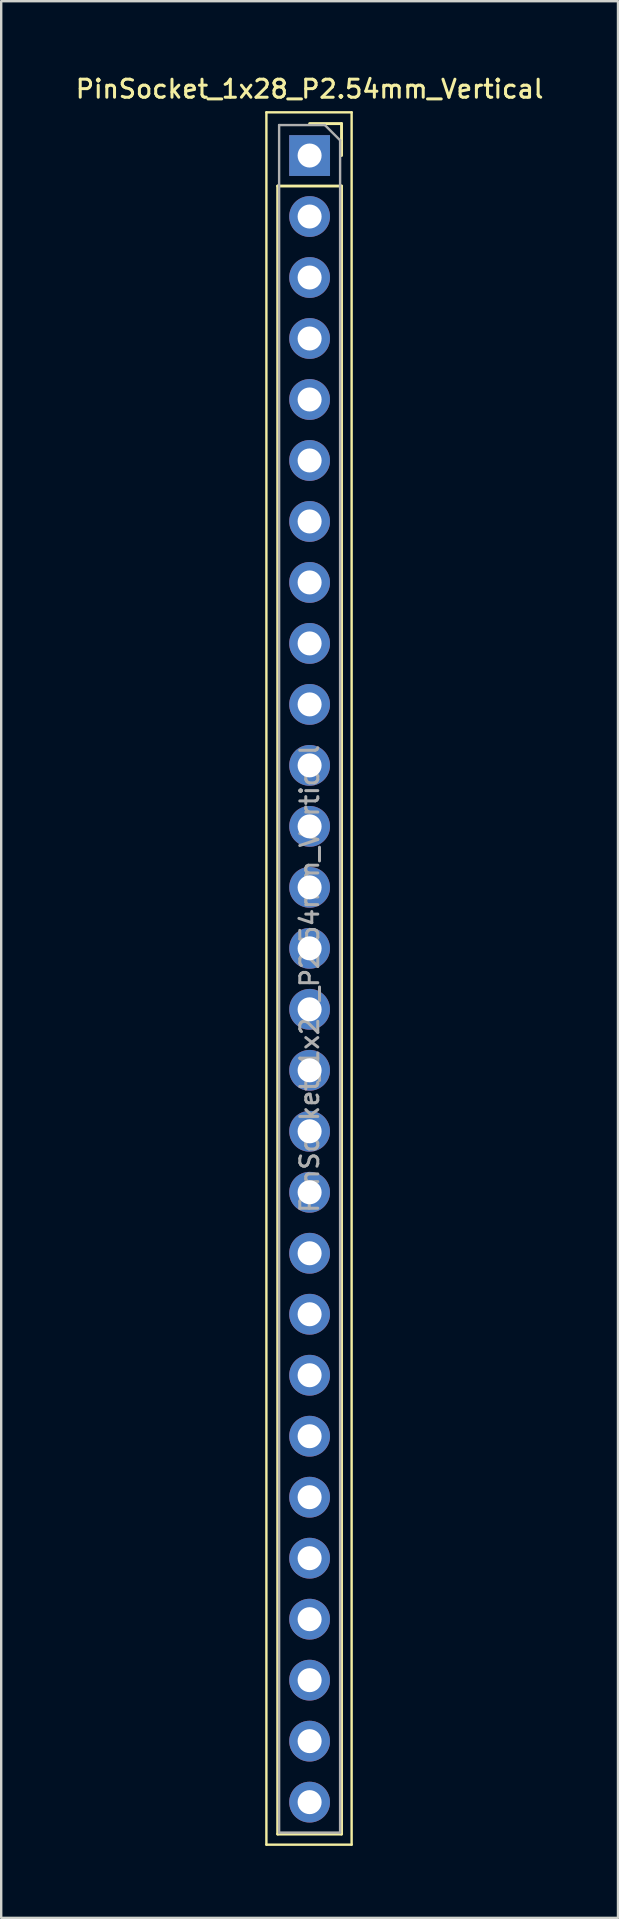
<source format=kicad_pcb>
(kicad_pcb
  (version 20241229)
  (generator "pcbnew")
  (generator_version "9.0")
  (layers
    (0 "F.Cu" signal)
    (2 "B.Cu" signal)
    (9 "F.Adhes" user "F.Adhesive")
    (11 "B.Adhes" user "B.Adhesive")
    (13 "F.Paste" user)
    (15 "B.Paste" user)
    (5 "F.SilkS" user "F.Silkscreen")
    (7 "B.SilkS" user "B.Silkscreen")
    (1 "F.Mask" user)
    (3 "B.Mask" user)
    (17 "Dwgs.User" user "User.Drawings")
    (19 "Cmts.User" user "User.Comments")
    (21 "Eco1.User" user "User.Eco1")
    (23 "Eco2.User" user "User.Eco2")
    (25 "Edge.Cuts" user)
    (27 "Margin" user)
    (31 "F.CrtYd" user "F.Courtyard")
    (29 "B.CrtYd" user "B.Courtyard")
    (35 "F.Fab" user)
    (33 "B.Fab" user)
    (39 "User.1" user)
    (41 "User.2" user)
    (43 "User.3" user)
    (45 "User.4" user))
  (footprint "PinSocket_1x28_P2.54mm_Vertical"
    (layer "F.Cu")
    (at 9.845 3.428)
    (property "Reference" "PinSocket_1x28_P2.54mm_Vertical" (at 0 -2.77 0) (layer "F.SilkS") (effects (font (size 0.75 0.75) (thickness 0.125))))
    (attr through_hole)
    (fp_line (start -1.8 -1.8) (end 1.75 -1.8) (stroke (width 0.1) (type solid)) (layer "F.SilkS"))
    (fp_line (start -1.8 70.35) (end -1.8 -1.8) (stroke (width 0.1) (type solid)) (layer "F.SilkS"))
    (fp_line (start -1.33 1.27) (end -1.33 69.91) (stroke (width 0.12) (type solid)) (layer "F.SilkS"))
    (fp_line (start -1.33 1.27) (end 1.33 1.27) (stroke (width 0.12) (type solid)) (layer "F.SilkS"))
    (fp_line (start -1.33 69.91) (end 1.33 69.91) (stroke (width 0.12) (type solid)) (layer "F.SilkS"))
    (fp_line (start 0 -1.33) (end 1.33 -1.33) (stroke (width 0.12) (type solid)) (layer "F.SilkS"))
    (fp_line (start 1.33 -1.33) (end 1.33 0) (stroke (width 0.12) (type solid)) (layer "F.SilkS"))
    (fp_line (start 1.33 1.27) (end 1.33 69.91) (stroke (width 0.12) (type solid)) (layer "F.SilkS"))
    (fp_line (start 1.75 -1.8) (end 1.75 70.35) (stroke (width 0.1) (type solid)) (layer "F.SilkS"))
    (fp_line (start 1.75 70.35) (end -1.8 70.35) (stroke (width 0.1) (type solid)) (layer "F.SilkS"))
    (fp_line (start -1.27 -1.27) (end 0.635 -1.27) (stroke (width 0.1) (type solid)) (layer "F.Fab"))
    (fp_line (start -1.27 69.85) (end -1.27 -1.27) (stroke (width 0.1) (type solid)) (layer "F.Fab"))
    (fp_line (start 0.635 -1.27) (end 1.27 -0.635) (stroke (width 0.1) (type solid)) (layer "F.Fab"))
    (fp_line (start 1.27 -0.635) (end 1.27 69.85) (stroke (width 0.1) (type solid)) (layer "F.Fab"))
    (fp_line (start 1.27 69.85) (end -1.27 69.85) (stroke (width 0.1) (type solid)) (layer "F.Fab"))
    (fp_text user "${REFERENCE}" (at 0 34.29 90) (layer "F.Fab") (effects (font (size 0.75 0.75) (thickness 0.125))))
    (pad "1" thru_hole rect (at 0 0) (size 1.7 1.7) (drill 1) (layers "*.Cu" "*.Mask"))
    (pad "2" thru_hole oval (at 0 2.54) (size 1.7 1.7) (drill 1) (layers "*.Cu" "*.Mask"))
    (pad "3" thru_hole oval (at 0 5.08) (size 1.7 1.7) (drill 1) (layers "*.Cu" "*.Mask"))
    (pad "4" thru_hole oval (at 0 7.62) (size 1.7 1.7) (drill 1) (layers "*.Cu" "*.Mask"))
    (pad "5" thru_hole oval (at 0 10.16) (size 1.7 1.7) (drill 1) (layers "*.Cu" "*.Mask"))
    (pad "6" thru_hole oval (at 0 12.7) (size 1.7 1.7) (drill 1) (layers "*.Cu" "*.Mask"))
    (pad "7" thru_hole oval (at 0 15.24) (size 1.7 1.7) (drill 1) (layers "*.Cu" "*.Mask"))
    (pad "8" thru_hole oval (at 0 17.78) (size 1.7 1.7) (drill 1) (layers "*.Cu" "*.Mask"))
    (pad "9" thru_hole oval (at 0 20.32) (size 1.7 1.7) (drill 1) (layers "*.Cu" "*.Mask"))
    (pad "10" thru_hole oval (at 0 22.86) (size 1.7 1.7) (drill 1) (layers "*.Cu" "*.Mask"))
    (pad "11" thru_hole oval (at 0 25.4) (size 1.7 1.7) (drill 1) (layers "*.Cu" "*.Mask"))
    (pad "12" thru_hole oval (at 0 27.94) (size 1.7 1.7) (drill 1) (layers "*.Cu" "*.Mask"))
    (pad "13" thru_hole oval (at 0 30.48) (size 1.7 1.7) (drill 1) (layers "*.Cu" "*.Mask"))
    (pad "14" thru_hole oval (at 0 33.02) (size 1.7 1.7) (drill 1) (layers "*.Cu" "*.Mask"))
    (pad "15" thru_hole oval (at 0 35.56) (size 1.7 1.7) (drill 1) (layers "*.Cu" "*.Mask"))
    (pad "16" thru_hole oval (at 0 38.1) (size 1.7 1.7) (drill 1) (layers "*.Cu" "*.Mask"))
    (pad "17" thru_hole oval (at 0 40.64) (size 1.7 1.7) (drill 1) (layers "*.Cu" "*.Mask"))
    (pad "18" thru_hole oval (at 0 43.18) (size 1.7 1.7) (drill 1) (layers "*.Cu" "*.Mask"))
    (pad "19" thru_hole oval (at 0 45.72) (size 1.7 1.7) (drill 1) (layers "*.Cu" "*.Mask"))
    (pad "20" thru_hole oval (at 0 48.26) (size 1.7 1.7) (drill 1) (layers "*.Cu" "*.Mask"))
    (pad "21" thru_hole oval (at 0 50.8) (size 1.7 1.7) (drill 1) (layers "*.Cu" "*.Mask"))
    (pad "22" thru_hole oval (at 0 53.34) (size 1.7 1.7) (drill 1) (layers "*.Cu" "*.Mask"))
    (pad "23" thru_hole oval (at 0 55.88) (size 1.7 1.7) (drill 1) (layers "*.Cu" "*.Mask"))
    (pad "24" thru_hole oval (at 0 58.42) (size 1.7 1.7) (drill 1) (layers "*.Cu" "*.Mask"))
    (pad "25" thru_hole oval (at 0 60.96) (size 1.7 1.7) (drill 1) (layers "*.Cu" "*.Mask"))
    (pad "26" thru_hole oval (at 0 63.5) (size 1.7 1.7) (drill 1) (layers "*.Cu" "*.Mask"))
    (pad "27" thru_hole oval (at 0 66.04) (size 1.7 1.7) (drill 1) (layers "*.Cu" "*.Mask"))
    (pad "28" thru_hole oval (at 0 68.58) (size 1.7 1.7) (drill 1) (layers "*.Cu" "*.Mask")))
  (gr_rect
    (start -3 -3)
    (end 22.689 76.828)
    (stroke (width 0.1) (type default))
    (fill no)
    (layer "Edge.Cuts")))
</source>
